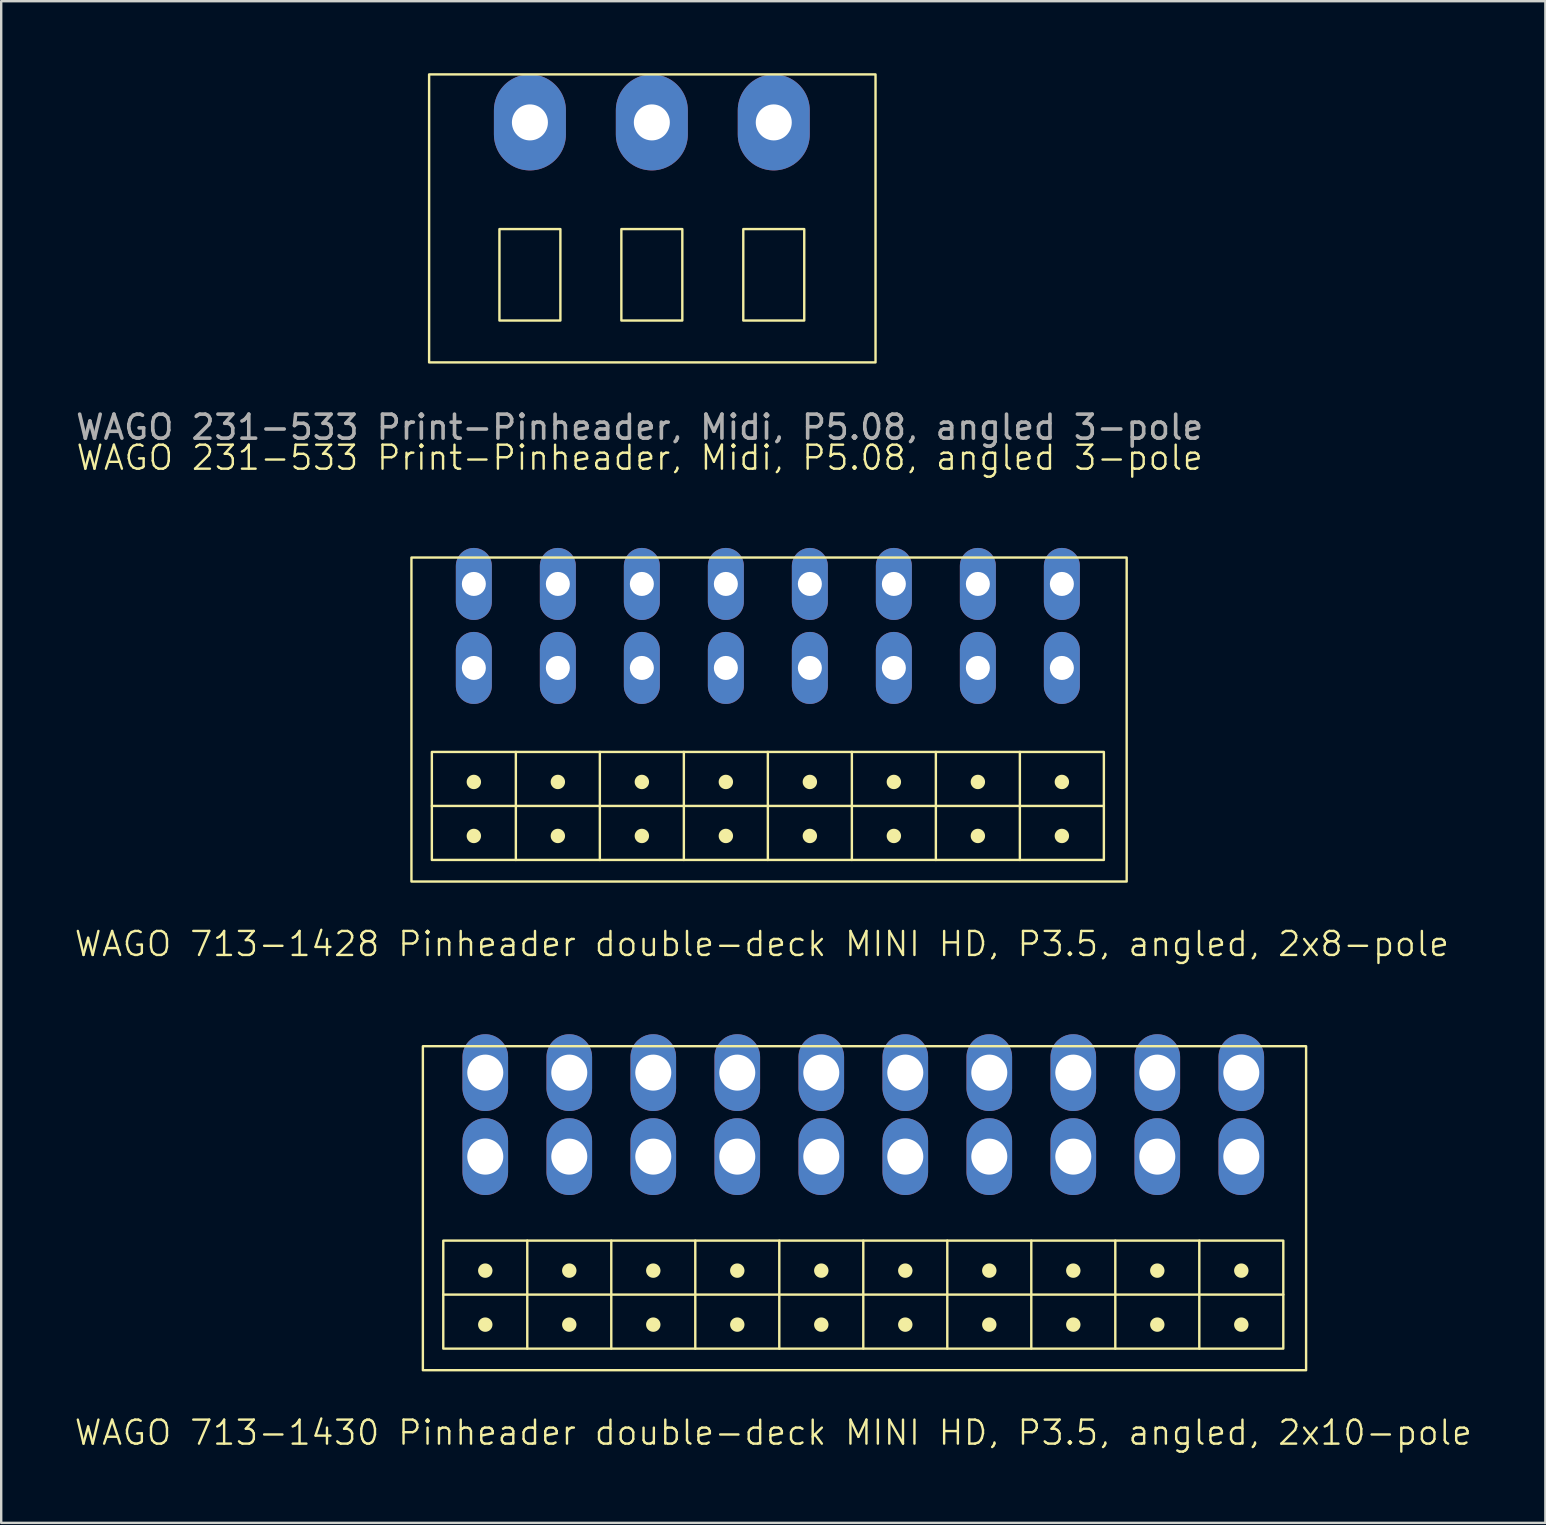
<source format=kicad_pcb>
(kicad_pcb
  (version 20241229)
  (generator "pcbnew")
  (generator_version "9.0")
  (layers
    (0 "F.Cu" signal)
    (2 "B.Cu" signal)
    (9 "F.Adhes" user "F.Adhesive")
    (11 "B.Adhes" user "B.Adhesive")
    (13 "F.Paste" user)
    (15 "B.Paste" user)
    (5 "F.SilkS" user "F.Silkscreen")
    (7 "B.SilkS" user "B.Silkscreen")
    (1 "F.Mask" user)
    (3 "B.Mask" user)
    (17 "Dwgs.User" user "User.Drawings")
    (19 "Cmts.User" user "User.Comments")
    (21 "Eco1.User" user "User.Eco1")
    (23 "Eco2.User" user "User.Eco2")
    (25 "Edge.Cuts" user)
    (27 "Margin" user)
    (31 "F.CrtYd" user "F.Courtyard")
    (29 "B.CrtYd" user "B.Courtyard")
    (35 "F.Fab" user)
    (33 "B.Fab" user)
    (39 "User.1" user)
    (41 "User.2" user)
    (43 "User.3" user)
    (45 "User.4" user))
  (footprint "WAGO 231-533 Print-Pinheader, Midi, P5.08, angled 3-pole"
    (layer "F.Cu")
    (at 24.109 6.495)
    (property "Reference" "WAGO 231-533 Print-Pinheader, Midi, P5.08, angled 3-pole" (at -0.508 9.525 0) (unlocked yes) (layer "F.SilkS") (effects (font (size 1 1) (thickness 0.1))))
    (attr through_hole)
    (fp_rect (start -9.28 -6.445) (end 9.32 5.555) (stroke (width 0.1) (type default)) (fill no) (layer "F.SilkS"))
    (fp_rect (start -6.35 0) (end -3.81 3.81) (stroke (width 0.1) (type default)) (fill no) (layer "F.SilkS"))
    (fp_rect (start -1.27 0) (end 1.27 3.81) (stroke (width 0.1) (type default)) (fill no) (layer "F.SilkS"))
    (fp_rect (start 3.81 0) (end 6.35 3.81) (stroke (width 0.1) (type default)) (fill no) (layer "F.SilkS"))
    (fp_text user "${REFERENCE}" (at -0.508 8.255 0) (unlocked yes) (layer "F.Fab") (effects (font (size 1 1) (thickness 0.15))))
    (pad "1" thru_hole oval (at -5.08 -4.445) (size 3 4) (drill 1.5) (layers "*.Cu" "*.Mask"))
    (pad "2" thru_hole oval (at 0 -4.445) (size 3 4) (drill 1.5) (layers "*.Cu" "*.Mask"))
    (pad "3" thru_hole oval (at 5.08 -4.445) (size 3 4) (drill 1.5) (layers "*.Cu" "*.Mask")))
  (footprint "WAGO 713-1428 Pinheader double-deck MINI HD, P3.5, angled, 2x8-pole"
    (layer "F.Cu")
    (at 28.943 26.78)
    (property "Reference" "WAGO 713-1428 Pinheader double-deck MINI HD, P3.5, angled, 2x8-pole" (at -0.25 9.5 0) (unlocked yes) (layer "F.SilkS") (effects (font (size 1 1) (thickness 0.1))))
    (attr through_hole)
    (fp_line (start -14 3.75) (end 14 3.75) (stroke (width 0.1) (type default)) (layer "F.SilkS"))
    (fp_line (start -10.5 1.5) (end -10.5 6) (stroke (width 0.1) (type default)) (layer "F.SilkS"))
    (fp_line (start -7 1.5) (end -7 6) (stroke (width 0.1) (type default)) (layer "F.SilkS"))
    (fp_line (start -3.5 1.5) (end -3.5 6) (stroke (width 0.1) (type default)) (layer "F.SilkS"))
    (fp_line (start 0 1.5) (end 0 6) (stroke (width 0.1) (type default)) (layer "F.SilkS"))
    (fp_line (start 3.5 1.5) (end 3.5 6) (stroke (width 0.1) (type default)) (layer "F.SilkS"))
    (fp_line (start 7 1.5) (end 7 6) (stroke (width 0.1) (type default)) (layer "F.SilkS"))
    (fp_line (start 10.5 1.5) (end 10.5 6) (stroke (width 0.1) (type default)) (layer "F.SilkS"))
    (fp_rect (start -14.85 -6.6) (end 14.95 6.9) (stroke (width 0.1) (type default)) (fill no) (layer "F.SilkS"))
    (fp_rect (start -14 1.5) (end 14 6) (stroke (width 0.1) (type default)) (fill no) (layer "F.SilkS"))
    (fp_circle (center -12.25 2.75) (end -12 2.75) (stroke (width 0.1) (type solid)) (fill yes) (layer "F.SilkS"))
    (fp_circle (center -12.25 5) (end -12 5) (stroke (width 0.1) (type solid)) (fill yes) (layer "F.SilkS"))
    (fp_circle (center -8.75 2.75) (end -8.5 2.75) (stroke (width 0.1) (type solid)) (fill yes) (layer "F.SilkS"))
    (fp_circle (center -8.75 5) (end -8.5 5) (stroke (width 0.1) (type solid)) (fill yes) (layer "F.SilkS"))
    (fp_circle (center -5.25 2.75) (end -5 2.75) (stroke (width 0.1) (type solid)) (fill yes) (layer "F.SilkS"))
    (fp_circle (center -5.25 5) (end -5 5) (stroke (width 0.1) (type solid)) (fill yes) (layer "F.SilkS"))
    (fp_circle (center -1.75 2.75) (end -1.5 2.75) (stroke (width 0.1) (type solid)) (fill yes) (layer "F.SilkS"))
    (fp_circle (center -1.75 5) (end -1.5 5) (stroke (width 0.1) (type solid)) (fill yes) (layer "F.SilkS"))
    (fp_circle (center 1.75 2.75) (end 2 2.75) (stroke (width 0.1) (type solid)) (fill yes) (layer "F.SilkS"))
    (fp_circle (center 1.75 5) (end 2 5) (stroke (width 0.1) (type solid)) (fill yes) (layer "F.SilkS"))
    (fp_circle (center 5.25 2.75) (end 5.5 2.75) (stroke (width 0.1) (type solid)) (fill yes) (layer "F.SilkS"))
    (fp_circle (center 5.25 5) (end 5.5 5) (stroke (width 0.1) (type solid)) (fill yes) (layer "F.SilkS"))
    (fp_circle (center 8.75 2.75) (end 9 2.75) (stroke (width 0.1) (type solid)) (fill yes) (layer "F.SilkS"))
    (fp_circle (center 8.75 5) (end 9 5) (stroke (width 0.1) (type solid)) (fill yes) (layer "F.SilkS"))
    (fp_circle (center 12.25 2.75) (end 12.5 2.75) (stroke (width 0.1) (type solid)) (fill yes) (layer "F.SilkS"))
    (fp_circle (center 12.25 5) (end 12.5 5) (stroke (width 0.1) (type solid)) (fill yes) (layer "F.SilkS"))
    (pad "1" thru_hole oval (at -12.25 -2) (size 1.5 3) (drill 1) (layers "*.Cu" "*.Mask"))
    (pad "2" thru_hole oval (at -8.75 -2) (size 1.5 3) (drill 1) (layers "*.Cu" "*.Mask"))
    (pad "3" thru_hole oval (at -5.25 -2) (size 1.5 3) (drill 1) (layers "*.Cu" "*.Mask"))
    (pad "4" thru_hole oval (at -1.75 -2) (size 1.5 3) (drill 1) (layers "*.Cu" "*.Mask"))
    (pad "5" thru_hole oval (at 1.75 -2) (size 1.5 3) (drill 1) (layers "*.Cu" "*.Mask"))
    (pad "6" thru_hole oval (at 5.25 -2) (size 1.5 3) (drill 1) (layers "*.Cu" "*.Mask"))
    (pad "7" thru_hole oval (at 8.75 -2) (size 1.5 3) (drill 1) (layers "*.Cu" "*.Mask"))
    (pad "8" thru_hole oval (at 12.25 -2) (size 1.5 3) (drill 1) (layers "*.Cu" "*.Mask"))
    (pad "9" thru_hole oval (at -12.25 -5.5) (size 1.5 3) (drill 1) (layers "*.Cu" "*.Mask"))
    (pad "10" thru_hole oval (at -8.75 -5.5) (size 1.5 3) (drill 1) (layers "*.Cu" "*.Mask"))
    (pad "11" thru_hole oval (at -5.25 -5.5) (size 1.5 3) (drill 1) (layers "*.Cu" "*.Mask"))
    (pad "12" thru_hole oval (at -1.75 -5.5) (size 1.5 3) (drill 1) (layers "*.Cu" "*.Mask"))
    (pad "13" thru_hole oval (at 1.75 -5.5) (size 1.5 3) (drill 1) (layers "*.Cu" "*.Mask"))
    (pad "14" thru_hole oval (at 5.25 -5.5) (size 1.5 3) (drill 1) (layers "*.Cu" "*.Mask"))
    (pad "15" thru_hole oval (at 8.75 -5.5) (size 1.5 3) (drill 1) (layers "*.Cu" "*.Mask"))
    (pad "16" thru_hole oval (at 12.25 -5.5) (size 1.5 3) (drill 1) (layers "*.Cu" "*.Mask")))
  (footprint "WAGO 713-1430 Pinheader double-deck MINI HD, P3.5, angled, 2x10-pole"
    (layer "F.Cu")
    (at 32.919 46.141)
    (property "Reference" "WAGO 713-1430 Pinheader double-deck MINI HD, P3.5, angled, 2x10-pole" (at -3.75 10.5 0) (unlocked yes) (layer "F.SilkS") (effects (font (size 1 1) (thickness 0.1))))
    (attr through_hole)
    (fp_line (start -17.5 4.75) (end 17.5 4.75) (stroke (width 0.1) (type default)) (layer "F.SilkS"))
    (fp_line (start -14 2.5) (end -14 7) (stroke (width 0.1) (type default)) (layer "F.SilkS"))
    (fp_line (start -10.5 2.5) (end -10.5 7) (stroke (width 0.1) (type default)) (layer "F.SilkS"))
    (fp_line (start -7 2.5) (end -7 7) (stroke (width 0.1) (type default)) (layer "F.SilkS"))
    (fp_line (start -3.5 2.5) (end -3.5 7) (stroke (width 0.1) (type default)) (layer "F.SilkS"))
    (fp_line (start 0 2.5) (end 0 7) (stroke (width 0.1) (type default)) (layer "F.SilkS"))
    (fp_line (start 3.5 2.5) (end 3.5 7) (stroke (width 0.1) (type default)) (layer "F.SilkS"))
    (fp_line (start 7 2.5) (end 7 7) (stroke (width 0.1) (type default)) (layer "F.SilkS"))
    (fp_line (start 10.5 2.5) (end 10.5 7) (stroke (width 0.1) (type default)) (layer "F.SilkS"))
    (fp_line (start 14 2.5) (end 14 7) (stroke (width 0.1) (type default)) (layer "F.SilkS"))
    (fp_rect (start -18.35 -5.6) (end 18.45 7.9) (stroke (width 0.1) (type default)) (fill no) (layer "F.SilkS"))
    (fp_rect (start -17.5 2.5) (end 17.5 7) (stroke (width 0.1) (type default)) (fill no) (layer "F.SilkS"))
    (fp_circle (center -15.75 3.75) (end -15.5 3.75) (stroke (width 0.1) (type solid)) (fill yes) (layer "F.SilkS"))
    (fp_circle (center -15.75 6) (end -15.5 6) (stroke (width 0.1) (type solid)) (fill yes) (layer "F.SilkS"))
    (fp_circle (center -12.25 3.75) (end -12 3.75) (stroke (width 0.1) (type solid)) (fill yes) (layer "F.SilkS"))
    (fp_circle (center -12.25 6) (end -12 6) (stroke (width 0.1) (type solid)) (fill yes) (layer "F.SilkS"))
    (fp_circle (center -8.75 3.75) (end -8.5 3.75) (stroke (width 0.1) (type solid)) (fill yes) (layer "F.SilkS"))
    (fp_circle (center -8.75 6) (end -8.5 6) (stroke (width 0.1) (type solid)) (fill yes) (layer "F.SilkS"))
    (fp_circle (center -5.25 3.75) (end -5 3.75) (stroke (width 0.1) (type solid)) (fill yes) (layer "F.SilkS"))
    (fp_circle (center -5.25 6) (end -5 6) (stroke (width 0.1) (type solid)) (fill yes) (layer "F.SilkS"))
    (fp_circle (center -1.75 3.75) (end -1.5 3.75) (stroke (width 0.1) (type solid)) (fill yes) (layer "F.SilkS"))
    (fp_circle (center -1.75 6) (end -1.5 6) (stroke (width 0.1) (type solid)) (fill yes) (layer "F.SilkS"))
    (fp_circle (center 1.75 3.75) (end 2 3.75) (stroke (width 0.1) (type solid)) (fill yes) (layer "F.SilkS"))
    (fp_circle (center 1.75 6) (end 2 6) (stroke (width 0.1) (type solid)) (fill yes) (layer "F.SilkS"))
    (fp_circle (center 5.25 3.75) (end 5.5 3.75) (stroke (width 0.1) (type solid)) (fill yes) (layer "F.SilkS"))
    (fp_circle (center 5.25 6) (end 5.5 6) (stroke (width 0.1) (type solid)) (fill yes) (layer "F.SilkS"))
    (fp_circle (center 8.75 3.75) (end 9 3.75) (stroke (width 0.1) (type solid)) (fill yes) (layer "F.SilkS"))
    (fp_circle (center 8.75 6) (end 9 6) (stroke (width 0.1) (type solid)) (fill yes) (layer "F.SilkS"))
    (fp_circle (center 12.25 3.75) (end 12.5 3.75) (stroke (width 0.1) (type solid)) (fill yes) (layer "F.SilkS"))
    (fp_circle (center 12.25 6) (end 12.5 6) (stroke (width 0.1) (type solid)) (fill yes) (layer "F.SilkS"))
    (fp_circle (center 15.75 3.75) (end 16 3.75) (stroke (width 0.1) (type solid)) (fill yes) (layer "F.SilkS"))
    (fp_circle (center 15.75 6) (end 16 6) (stroke (width 0.1) (type solid)) (fill yes) (layer "F.SilkS"))
    (pad "1" thru_hole oval (at -15.75 -1) (size 1.9 3.2) (drill 1.5) (layers "*.Cu" "*.Mask"))
    (pad "2" thru_hole oval (at -12.25 -1) (size 1.9 3.2) (drill 1.5) (layers "*.Cu" "*.Mask"))
    (pad "3" thru_hole oval (at -8.75 -1) (size 1.9 3.2) (drill 1.5) (layers "*.Cu" "*.Mask"))
    (pad "4" thru_hole oval (at -5.25 -1) (size 1.9 3.2) (drill 1.5) (layers "*.Cu" "*.Mask"))
    (pad "5" thru_hole oval (at -1.75 -1) (size 1.9 3.2) (drill 1.5) (layers "*.Cu" "*.Mask"))
    (pad "6" thru_hole oval (at 1.75 -1) (size 1.9 3.2) (drill 1.5) (layers "*.Cu" "*.Mask"))
    (pad "7" thru_hole oval (at 5.25 -1) (size 1.9 3.2) (drill 1.5) (layers "*.Cu" "*.Mask"))
    (pad "8" thru_hole oval (at 8.75 -1) (size 1.9 3.2) (drill 1.5) (layers "*.Cu" "*.Mask"))
    (pad "9" thru_hole oval (at 12.25 -1) (size 1.9 3.2) (drill 1.5) (layers "*.Cu" "*.Mask"))
    (pad "10" thru_hole oval (at 15.75 -1) (size 1.9 3.2) (drill 1.5) (layers "*.Cu" "*.Mask"))
    (pad "11" thru_hole oval (at -15.75 -4.5) (size 1.9 3.2) (drill 1.5) (layers "*.Cu" "*.Mask"))
    (pad "12" thru_hole oval (at -12.25 -4.5) (size 1.9 3.2) (drill 1.5) (layers "*.Cu" "*.Mask"))
    (pad "13" thru_hole oval (at -8.75 -4.5) (size 1.9 3.2) (drill 1.5) (layers "*.Cu" "*.Mask"))
    (pad "14" thru_hole oval (at -5.25 -4.5) (size 1.9 3.2) (drill 1.5) (layers "*.Cu" "*.Mask"))
    (pad "15" thru_hole oval (at -1.75 -4.5) (size 1.9 3.2) (drill 1.5) (layers "*.Cu" "*.Mask"))
    (pad "16" thru_hole oval (at 1.75 -4.5) (size 1.9 3.2) (drill 1.5) (layers "*.Cu" "*.Mask"))
    (pad "17" thru_hole oval (at 5.25 -4.5) (size 1.9 3.2) (drill 1.5) (layers "*.Cu" "*.Mask"))
    (pad "18" thru_hole oval (at 8.75 -4.5) (size 1.9 3.2) (drill 1.5) (layers "*.Cu" "*.Mask"))
    (pad "19" thru_hole oval (at 12.25 -4.5) (size 1.9 3.2) (drill 1.5) (layers "*.Cu" "*.Mask"))
    (pad "20" thru_hole oval (at 15.75 -4.5) (size 1.9 3.2) (drill 1.5) (layers "*.Cu" "*.Mask")))
  (gr_rect
    (start -3 -3)
    (end 61.338 60.401)
    (stroke (width 0.1) (type default))
    (fill no)
    (layer "Edge.Cuts")))
</source>
